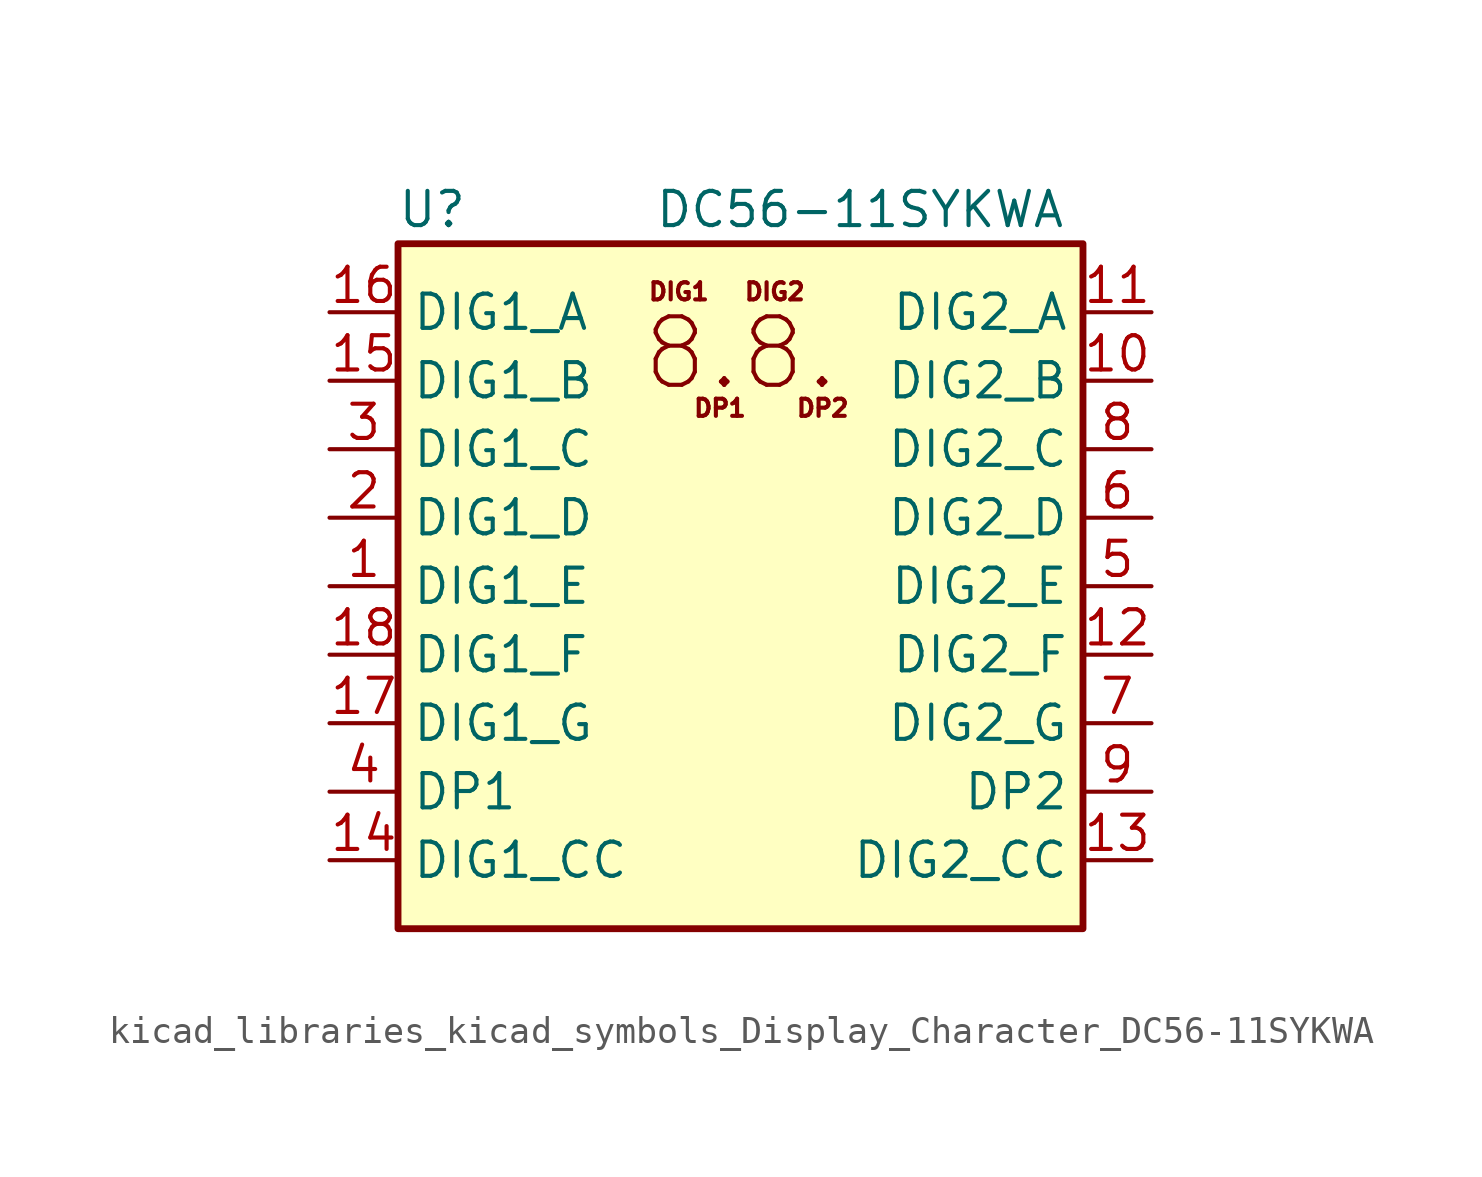
<source format=kicad_sym>
(kicad_symbol_lib
  (version 20220914)
  (generator kicad_symbol_editor)
  (symbol "kicad_libraries_kicad_symbols_Display_Character_DC56-11SYKWA"
    (property "Reference" "U"
      (at -11.43 13.97 0)
      (effects (font (size 1.27 1.27))))
    (property "Value" "DC56-11SYKWA"
      (at 12.065 13.97 0)
      (effects (font (size 1.27 1.27)) (justify right)))
    (symbol "kicad_libraries_kicad_symbols_Display_Character_DC56-11SYKWA_0_0"
      (text "8.8." (at 0 8.636 0) (effects (font (size 2.54 2.54))))
      (text "DIG1" (at -2.286 10.922 0) (effects (font (size 0.635 0.635))))
      (text "DIG2" (at 1.27 10.922 0) (effects (font (size 0.635 0.635))))
      (text "DP1" (at -0.762 6.604 0) (effects (font (size 0.635 0.635))))
      (text "DP2" (at 3.048 6.604 0) (effects (font (size 0.635 0.635)))))
    (symbol "kicad_libraries_kicad_symbols_Display_Character_DC56-11SYKWA_0_1"
      (rectangle (start -12.7 12.7) (end 12.7 -12.7) (stroke (width 0.254) (type default)) (fill (type background))))
    (symbol "kicad_libraries_kicad_symbols_Display_Character_DC56-11SYKWA_1_1"
      (pin input line (at -15.24 0 0) (length 2.54) (name "DIG1_E" (effects (font (size 1.27 1.27)))) (number "1" (effects (font (size 1.27 1.27)))))
      (pin input line (at 15.24 7.62 180) (length 2.54) (name "DIG2_B" (effects (font (size 1.27 1.27)))) (number "10" (effects (font (size 1.27 1.27)))))
      (pin input line (at 15.24 10.16 180) (length 2.54) (name "DIG2_A" (effects (font (size 1.27 1.27)))) (number "11" (effects (font (size 1.27 1.27)))))
      (pin input line (at 15.24 -2.54 180) (length 2.54) (name "DIG2_F" (effects (font (size 1.27 1.27)))) (number "12" (effects (font (size 1.27 1.27)))))
      (pin input line (at 15.24 -10.16 180) (length 2.54) (name "DIG2_CC" (effects (font (size 1.27 1.27)))) (number "13" (effects (font (size 1.27 1.27)))))
      (pin input line (at -15.24 -10.16 0) (length 2.54) (name "DIG1_CC" (effects (font (size 1.27 1.27)))) (number "14" (effects (font (size 1.27 1.27)))))
      (pin input line (at -15.24 7.62 0) (length 2.54) (name "DIG1_B" (effects (font (size 1.27 1.27)))) (number "15" (effects (font (size 1.27 1.27)))))
      (pin input line (at -15.24 10.16 0) (length 2.54) (name "DIG1_A" (effects (font (size 1.27 1.27)))) (number "16" (effects (font (size 1.27 1.27)))))
      (pin input line (at -15.24 -5.08 0) (length 2.54) (name "DIG1_G" (effects (font (size 1.27 1.27)))) (number "17" (effects (font (size 1.27 1.27)))))
      (pin input line (at -15.24 -2.54 0) (length 2.54) (name "DIG1_F" (effects (font (size 1.27 1.27)))) (number "18" (effects (font (size 1.27 1.27)))))
      (pin input line (at -15.24 2.54 0) (length 2.54) (name "DIG1_D" (effects (font (size 1.27 1.27)))) (number "2" (effects (font (size 1.27 1.27)))))
      (pin input line (at -15.24 5.08 0) (length 2.54) (name "DIG1_C" (effects (font (size 1.27 1.27)))) (number "3" (effects (font (size 1.27 1.27)))))
      (pin input line (at -15.24 -7.62 0) (length 2.54) (name "DP1" (effects (font (size 1.27 1.27)))) (number "4" (effects (font (size 1.27 1.27)))))
      (pin input line (at 15.24 0 180) (length 2.54) (name "DIG2_E" (effects (font (size 1.27 1.27)))) (number "5" (effects (font (size 1.27 1.27)))))
      (pin input line (at 15.24 2.54 180) (length 2.54) (name "DIG2_D" (effects (font (size 1.27 1.27)))) (number "6" (effects (font (size 1.27 1.27)))))
      (pin input line (at 15.24 -5.08 180) (length 2.54) (name "DIG2_G" (effects (font (size 1.27 1.27)))) (number "7" (effects (font (size 1.27 1.27)))))
      (pin input line (at 15.24 5.08 180) (length 2.54) (name "DIG2_C" (effects (font (size 1.27 1.27)))) (number "8" (effects (font (size 1.27 1.27)))))
      (pin input line (at 15.24 -7.62 180) (length 2.54) (name "DP2" (effects (font (size 1.27 1.27)))) (number "9" (effects (font (size 1.27 1.27))))))))
</source>
